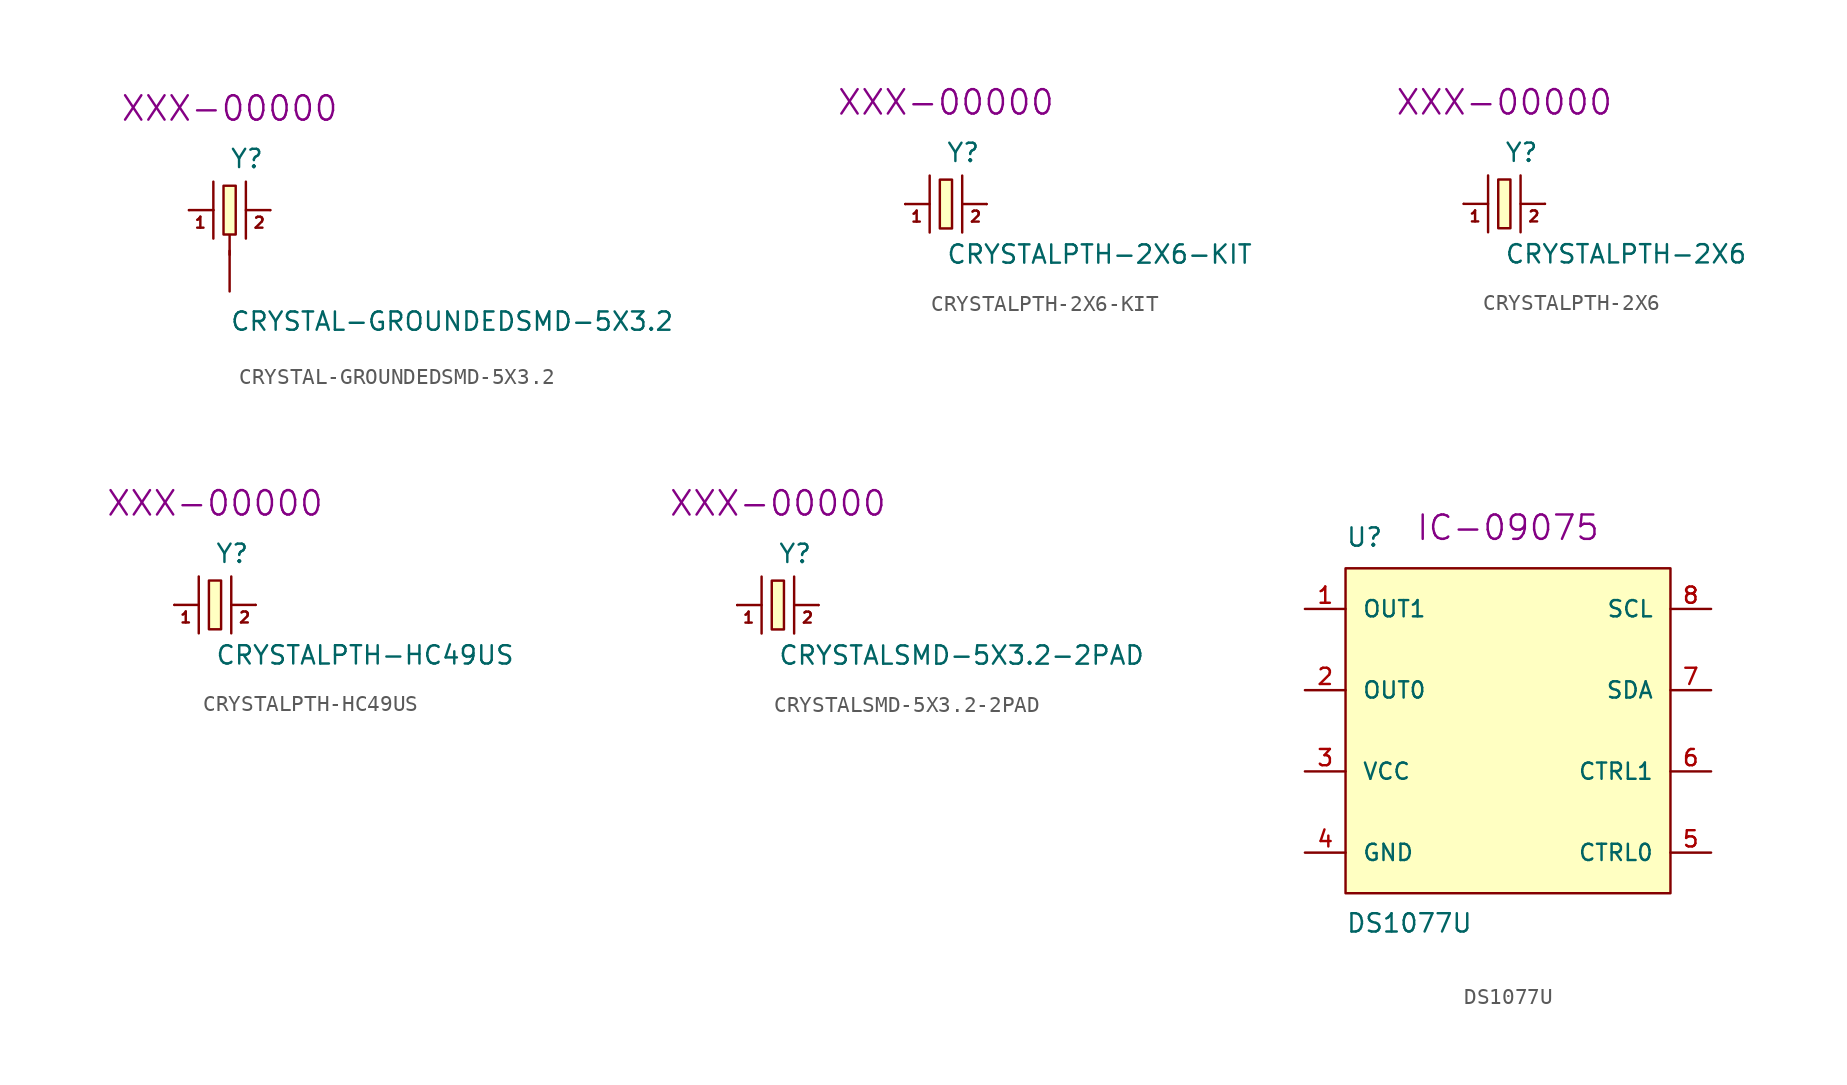
<source format=kicad_sym>
(kicad_symbol_lib
  (version 20220914)
  (generator kicad_symbol_editor)
  (symbol "CRYSTAL-GROUNDEDSMD-5X3.2"
    (pin_numbers hide)
    (pin_names
      (offset 1.016) hide)
    (property "Reference" "Y"
      (at 0 2.54 0)
      (effects (font (size 1.143 1.143)) (justify left bottom)))
    (property "Value" "CRYSTAL-GROUNDEDSMD-5X3.2"
      (at 0 -7.62 0)
      (effects (font (size 1.143 1.143)) (justify left bottom)))
    (property "Field4" "XXX-00000"
      (at 0 6.35 0)
      (effects (font (size 1.524 1.524))))
    (property "ki_locked" ""
      (at 0 0 0)
      (effects (font (size 1.27 1.27))))
    (symbol "CRYSTAL-GROUNDEDSMD-5X3.2_1_0"
      (polyline (pts (xy -2.54 0) (xy -1.016 0)) (stroke (width 0) (type solid)) (fill (type none)))
      (polyline (pts (xy -1.016 0) (xy -1.016 -1.778)) (stroke (width 0) (type solid)) (fill (type none)))
      (polyline (pts (xy -1.016 1.778) (xy -1.016 0)) (stroke (width 0) (type solid)) (fill (type none)))
      (polyline (pts (xy 0 -2.794) (xy 0 -1.575)) (stroke (width 0) (type solid)) (fill (type none)))
      (polyline (pts (xy 1.016 0) (xy 2.54 0)) (stroke (width 0) (type solid)) (fill (type none)))
      (polyline (pts (xy 1.016 1.778) (xy 1.016 -1.778)) (stroke (width 0) (type solid)) (fill (type none)))
      (text "1" (at -1.829 -0.787 0) (effects (font (size 0.686 0.686))))
      (text "2" (at 1.854 -0.787 0) (effects (font (size 0.686 0.686)))))
    (symbol "CRYSTAL-GROUNDEDSMD-5X3.2_1_1"
      (polyline (pts (xy -0.381 1.524) (xy -0.381 -1.524) (xy 0.381 -1.524) (xy 0.381 1.524) (xy -0.381 1.524)) (stroke (width 0) (type solid)) (fill (type background)))
      (pin passive line (at 2.54 0 180) (length 0) (name "2" (effects (font (size 1.016 1.016)))) (number "1" (effects (font (size 1.016 1.016)))))
      (pin passive line (at 0 -5.08 90) (length 2.54) (name "3" (effects (font (size 1.016 1.016)))) (number "2" (effects (font (size 1.016 1.016)))))
      (pin passive line (at -2.54 0 0) (length 0) (name "1" (effects (font (size 1.016 1.016)))) (number "3" (effects (font (size 1.016 1.016)))))
      (pin passive line (at 0 -5.08 90) (length 2.54) hide (name "3" (effects (font (size 1.016 1.016)))) (number "4" (effects (font (size 1.016 1.016)))))))
  (symbol "CRYSTALPTH-2X6-KIT"
    (pin_numbers hide)
    (pin_names
      (offset 1.016) hide)
    (property "Reference" "Y"
      (at 0 2.54 0)
      (effects (font (size 1.143 1.143)) (justify left bottom)))
    (property "Value" "CRYSTALPTH-2X6-KIT"
      (at 0 -3.81 0)
      (effects (font (size 1.143 1.143)) (justify left bottom)))
    (property "Field4" "XXX-00000"
      (at 0 6.35 0)
      (effects (font (size 1.524 1.524))))
    (property "ki_locked" ""
      (at 0 0 0)
      (effects (font (size 1.27 1.27))))
    (symbol "CRYSTALPTH-2X6-KIT_1_0"
      (polyline (pts (xy -2.54 0) (xy -1.016 0)) (stroke (width 0) (type solid)) (fill (type none)))
      (polyline (pts (xy -1.016 1.778) (xy -1.016 -1.778)) (stroke (width 0) (type solid)) (fill (type none)))
      (polyline (pts (xy 1.016 0) (xy 2.54 0)) (stroke (width 0) (type solid)) (fill (type none)))
      (polyline (pts (xy 1.016 1.778) (xy 1.016 -1.778)) (stroke (width 0) (type solid)) (fill (type none)))
      (text "1" (at -1.829 -0.787 0) (effects (font (size 0.686 0.686))))
      (text "2" (at 1.854 -0.787 0) (effects (font (size 0.686 0.686)))))
    (symbol "CRYSTALPTH-2X6-KIT_1_1"
      (polyline (pts (xy -0.381 1.524) (xy -0.381 -1.524) (xy 0.381 -1.524) (xy 0.381 1.524) (xy -0.381 1.524)) (stroke (width 0) (type solid)) (fill (type background)))
      (pin passive line (at -2.54 0 0) (length 0) (name "1" (effects (font (size 1.016 1.016)))) (number "1" (effects (font (size 1.016 1.016)))))
      (pin passive line (at 2.54 0 180) (length 0) (name "2" (effects (font (size 1.016 1.016)))) (number "2" (effects (font (size 1.016 1.016)))))))
  (symbol "CRYSTALPTH-2X6"
    (pin_numbers hide)
    (pin_names
      (offset 1.016) hide)
    (property "Reference" "Y"
      (at 0 2.54 0)
      (effects (font (size 1.143 1.143)) (justify left bottom)))
    (property "Value" "CRYSTALPTH-2X6"
      (at 0 -3.81 0)
      (effects (font (size 1.143 1.143)) (justify left bottom)))
    (property "Field4" "XXX-00000"
      (at 0 6.35 0)
      (effects (font (size 1.524 1.524))))
    (property "ki_locked" ""
      (at 0 0 0)
      (effects (font (size 1.27 1.27))))
    (symbol "CRYSTALPTH-2X6_1_0"
      (polyline (pts (xy -2.54 0) (xy -1.016 0)) (stroke (width 0) (type solid)) (fill (type none)))
      (polyline (pts (xy -1.016 1.778) (xy -1.016 -1.778)) (stroke (width 0) (type solid)) (fill (type none)))
      (polyline (pts (xy 1.016 0) (xy 2.54 0)) (stroke (width 0) (type solid)) (fill (type none)))
      (polyline (pts (xy 1.016 1.778) (xy 1.016 -1.778)) (stroke (width 0) (type solid)) (fill (type none)))
      (text "1" (at -1.829 -0.787 0) (effects (font (size 0.686 0.686))))
      (text "2" (at 1.854 -0.787 0) (effects (font (size 0.686 0.686)))))
    (symbol "CRYSTALPTH-2X6_1_1"
      (polyline (pts (xy -0.381 1.524) (xy -0.381 -1.524) (xy 0.381 -1.524) (xy 0.381 1.524) (xy -0.381 1.524)) (stroke (width 0) (type solid)) (fill (type background)))
      (pin passive line (at -2.54 0 0) (length 0) (name "1" (effects (font (size 1.016 1.016)))) (number "1" (effects (font (size 1.016 1.016)))))
      (pin passive line (at 2.54 0 180) (length 0) (name "2" (effects (font (size 1.016 1.016)))) (number "2" (effects (font (size 1.016 1.016)))))))
  (symbol "CRYSTALPTH-HC49US"
    (pin_numbers hide)
    (pin_names
      (offset 1.016) hide)
    (property "Reference" "Y"
      (at 0 2.54 0)
      (effects (font (size 1.143 1.143)) (justify left bottom)))
    (property "Value" "CRYSTALPTH-HC49US"
      (at 0 -3.81 0)
      (effects (font (size 1.143 1.143)) (justify left bottom)))
    (property "Field4" "XXX-00000"
      (at 0 6.35 0)
      (effects (font (size 1.524 1.524))))
    (property "ki_locked" ""
      (at 0 0 0)
      (effects (font (size 1.27 1.27))))
    (symbol "CRYSTALPTH-HC49US_1_0"
      (polyline (pts (xy -2.54 0) (xy -1.016 0)) (stroke (width 0) (type solid)) (fill (type none)))
      (polyline (pts (xy -1.016 1.778) (xy -1.016 -1.778)) (stroke (width 0) (type solid)) (fill (type none)))
      (polyline (pts (xy 1.016 0) (xy 2.54 0)) (stroke (width 0) (type solid)) (fill (type none)))
      (polyline (pts (xy 1.016 1.778) (xy 1.016 -1.778)) (stroke (width 0) (type solid)) (fill (type none)))
      (text "1" (at -1.829 -0.787 0) (effects (font (size 0.686 0.686))))
      (text "2" (at 1.854 -0.787 0) (effects (font (size 0.686 0.686)))))
    (symbol "CRYSTALPTH-HC49US_1_1"
      (polyline (pts (xy -0.381 1.524) (xy -0.381 -1.524) (xy 0.381 -1.524) (xy 0.381 1.524) (xy -0.381 1.524)) (stroke (width 0) (type solid)) (fill (type background)))
      (pin passive line (at -2.54 0 0) (length 0) (name "1" (effects (font (size 1.016 1.016)))) (number "1" (effects (font (size 1.016 1.016)))))
      (pin passive line (at 2.54 0 180) (length 0) (name "2" (effects (font (size 1.016 1.016)))) (number "2" (effects (font (size 1.016 1.016)))))))
  (symbol "CRYSTALSMD-5X3.2-2PAD"
    (pin_numbers hide)
    (pin_names
      (offset 1.016) hide)
    (property "Reference" "Y"
      (at 0 2.54 0)
      (effects (font (size 1.143 1.143)) (justify left bottom)))
    (property "Value" "CRYSTALSMD-5X3.2-2PAD"
      (at 0 -3.81 0)
      (effects (font (size 1.143 1.143)) (justify left bottom)))
    (property "Field4" "XXX-00000"
      (at 0 6.35 0)
      (effects (font (size 1.524 1.524))))
    (property "ki_locked" ""
      (at 0 0 0)
      (effects (font (size 1.27 1.27))))
    (symbol "CRYSTALSMD-5X3.2-2PAD_1_0"
      (polyline (pts (xy -2.54 0) (xy -1.016 0)) (stroke (width 0) (type solid)) (fill (type none)))
      (polyline (pts (xy -1.016 1.778) (xy -1.016 -1.778)) (stroke (width 0) (type solid)) (fill (type none)))
      (polyline (pts (xy 1.016 0) (xy 2.54 0)) (stroke (width 0) (type solid)) (fill (type none)))
      (polyline (pts (xy 1.016 1.778) (xy 1.016 -1.778)) (stroke (width 0) (type solid)) (fill (type none)))
      (text "1" (at -1.829 -0.787 0) (effects (font (size 0.686 0.686))))
      (text "2" (at 1.854 -0.787 0) (effects (font (size 0.686 0.686)))))
    (symbol "CRYSTALSMD-5X3.2-2PAD_1_1"
      (polyline (pts (xy -0.381 1.524) (xy -0.381 -1.524) (xy 0.381 -1.524) (xy 0.381 1.524) (xy -0.381 1.524)) (stroke (width 0) (type solid)) (fill (type background)))
      (pin passive line (at -2.54 0 0) (length 0) (name "1" (effects (font (size 1.016 1.016)))) (number "P$1" (effects (font (size 1.016 1.016)))))
      (pin passive line (at 2.54 0 180) (length 0) (name "2" (effects (font (size 1.016 1.016)))) (number "P$2" (effects (font (size 1.016 1.016)))))))
  (symbol "DS1077U"
    (pin_names
      (offset 1.016))
    (property "Reference" "U"
      (at -10.16 11.43 0)
      (effects (font (size 1.143 1.143)) (justify left bottom)))
    (property "Value" "DS1077U"
      (at -10.16 -12.7 0)
      (effects (font (size 1.143 1.143)) (justify left bottom)))
    (property "Field4" "IC-09075"
      (at 0 12.7 0)
      (effects (font (size 1.524 1.524))))
    (property "ki_locked" ""
      (at 0 0 0)
      (effects (font (size 1.27 1.27))))
    (symbol "DS1077U_1_1"
      (polyline (pts (xy -10.16 10.16) (xy -10.16 -10.16) (xy 10.16 -10.16) (xy 10.16 10.16) (xy -10.16 10.16)) (stroke (width 0) (type solid)) (fill (type background)))
      (pin bidirectional line (at -12.7 7.62 0) (length 2.54) (name "OUT1" (effects (font (size 1.016 1.016)))) (number "1" (effects (font (size 1.016 1.016)))))
      (pin bidirectional line (at -12.7 2.54 0) (length 2.54) (name "OUT0" (effects (font (size 1.016 1.016)))) (number "2" (effects (font (size 1.016 1.016)))))
      (pin bidirectional line (at -12.7 -2.54 0) (length 2.54) (name "VCC" (effects (font (size 1.016 1.016)))) (number "3" (effects (font (size 1.016 1.016)))))
      (pin bidirectional line (at -12.7 -7.62 0) (length 2.54) (name "GND" (effects (font (size 1.016 1.016)))) (number "4" (effects (font (size 1.016 1.016)))))
      (pin bidirectional line (at 12.7 -7.62 180) (length 2.54) (name "CTRL0" (effects (font (size 1.016 1.016)))) (number "5" (effects (font (size 1.016 1.016)))))
      (pin bidirectional line (at 12.7 -2.54 180) (length 2.54) (name "CTRL1" (effects (font (size 1.016 1.016)))) (number "6" (effects (font (size 1.016 1.016)))))
      (pin bidirectional line (at 12.7 2.54 180) (length 2.54) (name "SDA" (effects (font (size 1.016 1.016)))) (number "7" (effects (font (size 1.016 1.016)))))
      (pin bidirectional line (at 12.7 7.62 180) (length 2.54) (name "SCL" (effects (font (size 1.016 1.016)))) (number "8" (effects (font (size 1.016 1.016))))))))
</source>
